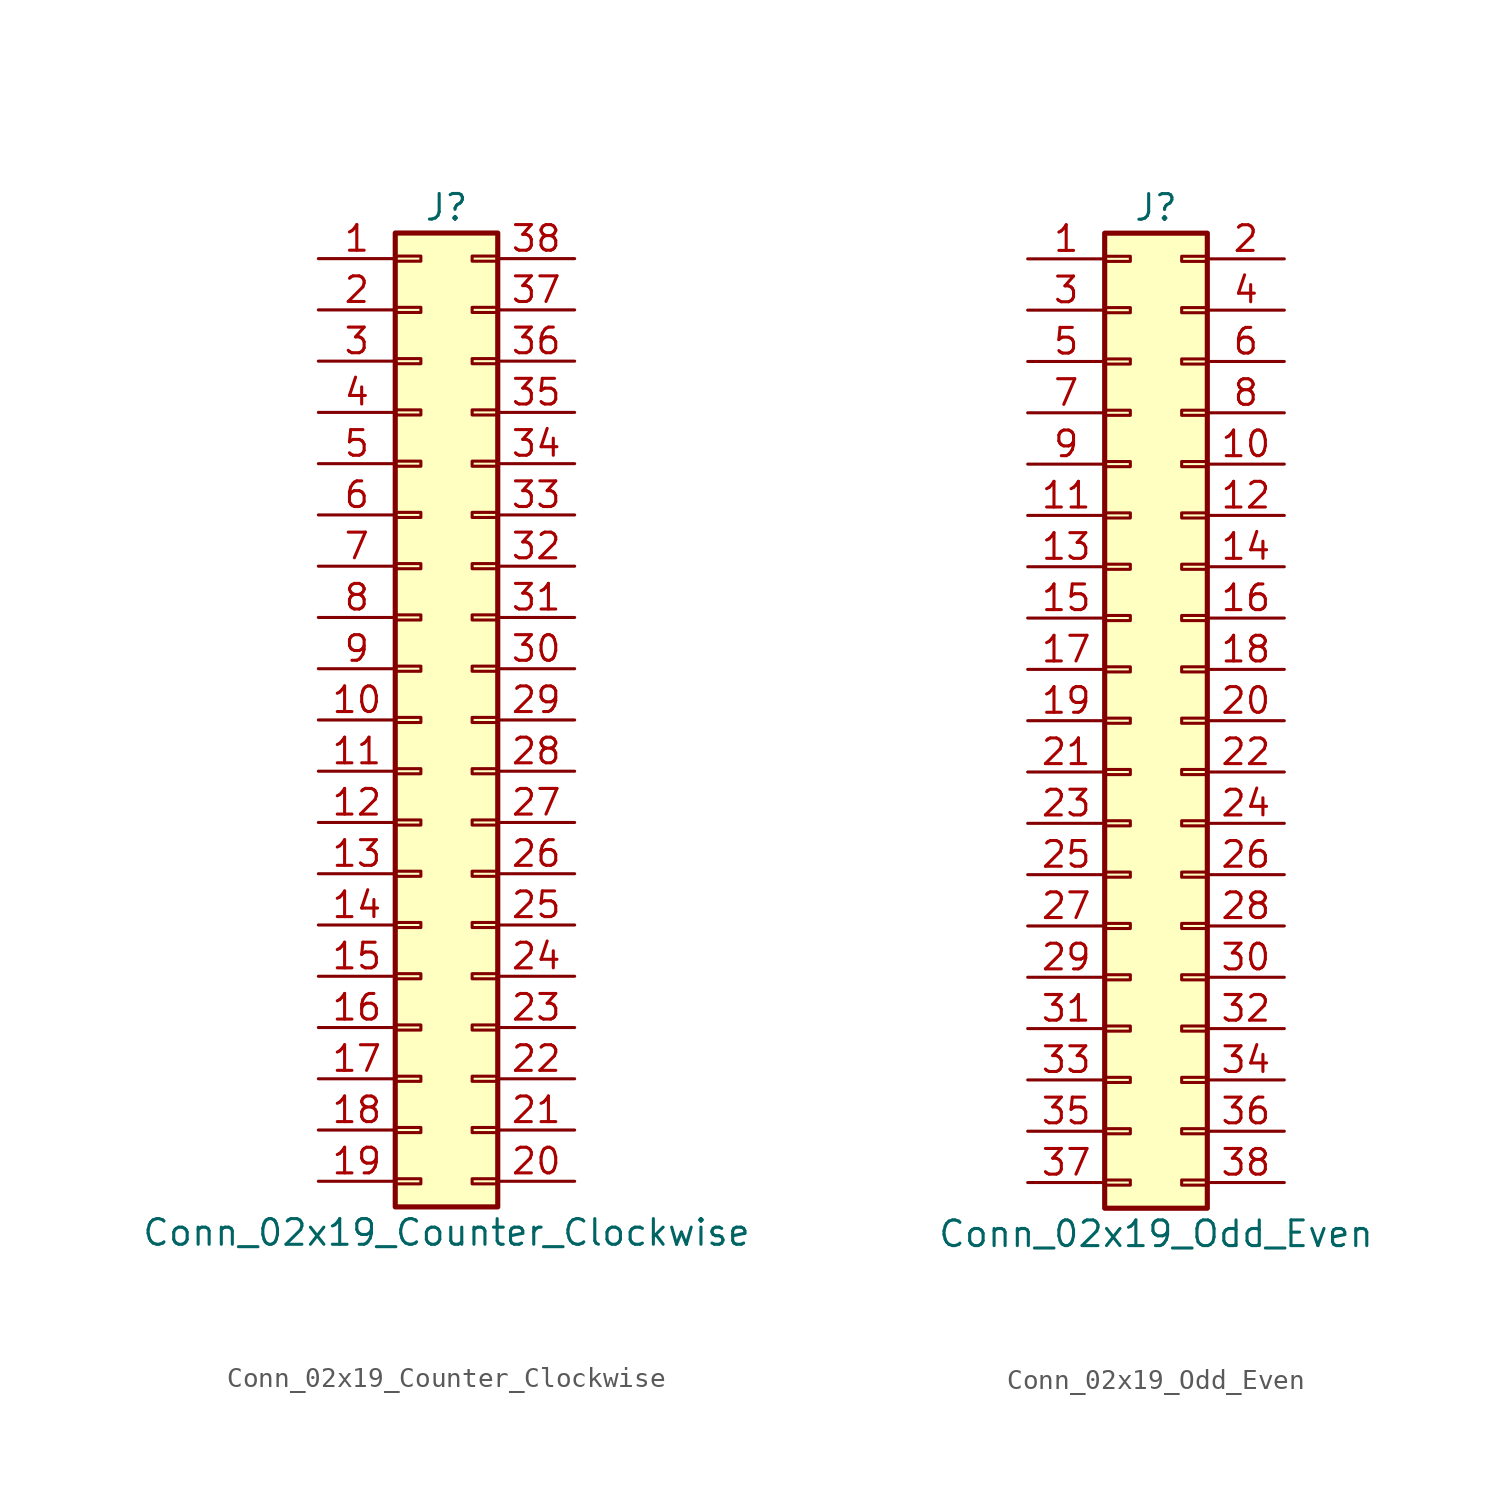
<source format=kicad_sym>
(kicad_symbol_lib
  (version 20201005)
  (generator kicad_symbol_editor)
  (symbol "Connector_Generic:Conn_02x19_Counter_Clockwise"
    (pin_names
      (offset 1.016) hide)
    (property "Reference" "J"
      (at 1.27 25.4 0)
      (effects (font (size 1.27 1.27))))
    (property "Value" "Conn_02x19_Counter_Clockwise"
      (at 1.27 -25.4 0)
      (effects (font (size 1.27 1.27))))
    (symbol "Conn_02x19_Counter_Clockwise_1_1"
      (rectangle (start -1.27 -4.953) (end 0 -5.207) (stroke (width 0.152)) (fill (type none)))
      (rectangle (start -1.27 -7.493) (end 0 -7.747) (stroke (width 0.152)) (fill (type none)))
      (rectangle (start -1.27 -10.033) (end 0 -10.287) (stroke (width 0.152)) (fill (type none)))
      (rectangle (start -1.27 -12.573) (end 0 -12.827) (stroke (width 0.152)) (fill (type none)))
      (rectangle (start -1.27 -15.113) (end 0 -15.367) (stroke (width 0.152)) (fill (type none)))
      (rectangle (start -1.27 -17.653) (end 0 -17.907) (stroke (width 0.152)) (fill (type none)))
      (rectangle (start -1.27 -20.193) (end 0 -20.447) (stroke (width 0.152)) (fill (type none)))
      (rectangle (start -1.27 -22.733) (end 0 -22.987) (stroke (width 0.152)) (fill (type none)))
      (rectangle (start -1.27 -2.413) (end 0 -2.667) (stroke (width 0.152)) (fill (type none)))
      (rectangle (start -1.27 2.667) (end 0 2.413) (stroke (width 0.152)) (fill (type none)))
      (rectangle (start -1.27 5.207) (end 0 4.953) (stroke (width 0.152)) (fill (type none)))
      (rectangle (start -1.27 7.747) (end 0 7.493) (stroke (width 0.152)) (fill (type none)))
      (rectangle (start -1.27 10.287) (end 0 10.033) (stroke (width 0.152)) (fill (type none)))
      (rectangle (start -1.27 0.127) (end 0 -0.127) (stroke (width 0.152)) (fill (type none)))
      (rectangle (start -1.27 12.827) (end 0 12.573) (stroke (width 0.152)) (fill (type none)))
      (rectangle (start -1.27 15.367) (end 0 15.113) (stroke (width 0.152)) (fill (type none)))
      (rectangle (start -1.27 17.907) (end 0 17.653) (stroke (width 0.152)) (fill (type none)))
      (rectangle (start -1.27 20.447) (end 0 20.193) (stroke (width 0.152)) (fill (type none)))
      (rectangle (start -1.27 22.987) (end 0 22.733) (stroke (width 0.152)) (fill (type none)))
      (rectangle (start -1.27 24.13) (end 3.81 -24.13) (stroke (width 0.254)) (fill (type background)))
      (rectangle (start 3.81 -4.953) (end 2.54 -5.207) (stroke (width 0.152)) (fill (type none)))
      (rectangle (start 3.81 -7.493) (end 2.54 -7.747) (stroke (width 0.152)) (fill (type none)))
      (rectangle (start 3.81 -10.033) (end 2.54 -10.287) (stroke (width 0.152)) (fill (type none)))
      (rectangle (start 3.81 -12.573) (end 2.54 -12.827) (stroke (width 0.152)) (fill (type none)))
      (rectangle (start 3.81 -15.113) (end 2.54 -15.367) (stroke (width 0.152)) (fill (type none)))
      (rectangle (start 3.81 -17.653) (end 2.54 -17.907) (stroke (width 0.152)) (fill (type none)))
      (rectangle (start 3.81 -20.193) (end 2.54 -20.447) (stroke (width 0.152)) (fill (type none)))
      (rectangle (start 3.81 -22.733) (end 2.54 -22.987) (stroke (width 0.152)) (fill (type none)))
      (rectangle (start 3.81 -2.413) (end 2.54 -2.667) (stroke (width 0.152)) (fill (type none)))
      (rectangle (start 3.81 2.667) (end 2.54 2.413) (stroke (width 0.152)) (fill (type none)))
      (rectangle (start 3.81 5.207) (end 2.54 4.953) (stroke (width 0.152)) (fill (type none)))
      (rectangle (start 3.81 7.747) (end 2.54 7.493) (stroke (width 0.152)) (fill (type none)))
      (rectangle (start 3.81 10.287) (end 2.54 10.033) (stroke (width 0.152)) (fill (type none)))
      (rectangle (start 3.81 0.127) (end 2.54 -0.127) (stroke (width 0.152)) (fill (type none)))
      (rectangle (start 3.81 12.827) (end 2.54 12.573) (stroke (width 0.152)) (fill (type none)))
      (rectangle (start 3.81 15.367) (end 2.54 15.113) (stroke (width 0.152)) (fill (type none)))
      (rectangle (start 3.81 17.907) (end 2.54 17.653) (stroke (width 0.152)) (fill (type none)))
      (rectangle (start 3.81 20.447) (end 2.54 20.193) (stroke (width 0.152)) (fill (type none)))
      (rectangle (start 3.81 22.987) (end 2.54 22.733) (stroke (width 0.152)) (fill (type none)))
      (pin passive line (at -5.08 22.86 0) (length 3.81) (name "Pin_1" (effects (font (size 1.27 1.27)))) (number "1" (effects (font (size 1.27 1.27)))))
      (pin passive line (at -5.08 0 0) (length 3.81) (name "Pin_10" (effects (font (size 1.27 1.27)))) (number "10" (effects (font (size 1.27 1.27)))))
      (pin passive line (at -5.08 -2.54 0) (length 3.81) (name "Pin_11" (effects (font (size 1.27 1.27)))) (number "11" (effects (font (size 1.27 1.27)))))
      (pin passive line (at -5.08 -5.08 0) (length 3.81) (name "Pin_12" (effects (font (size 1.27 1.27)))) (number "12" (effects (font (size 1.27 1.27)))))
      (pin passive line (at -5.08 -7.62 0) (length 3.81) (name "Pin_13" (effects (font (size 1.27 1.27)))) (number "13" (effects (font (size 1.27 1.27)))))
      (pin passive line (at -5.08 -10.16 0) (length 3.81) (name "Pin_14" (effects (font (size 1.27 1.27)))) (number "14" (effects (font (size 1.27 1.27)))))
      (pin passive line (at -5.08 -12.7 0) (length 3.81) (name "Pin_15" (effects (font (size 1.27 1.27)))) (number "15" (effects (font (size 1.27 1.27)))))
      (pin passive line (at -5.08 -15.24 0) (length 3.81) (name "Pin_16" (effects (font (size 1.27 1.27)))) (number "16" (effects (font (size 1.27 1.27)))))
      (pin passive line (at -5.08 -17.78 0) (length 3.81) (name "Pin_17" (effects (font (size 1.27 1.27)))) (number "17" (effects (font (size 1.27 1.27)))))
      (pin passive line (at -5.08 -20.32 0) (length 3.81) (name "Pin_18" (effects (font (size 1.27 1.27)))) (number "18" (effects (font (size 1.27 1.27)))))
      (pin passive line (at -5.08 -22.86 0) (length 3.81) (name "Pin_19" (effects (font (size 1.27 1.27)))) (number "19" (effects (font (size 1.27 1.27)))))
      (pin passive line (at -5.08 20.32 0) (length 3.81) (name "Pin_2" (effects (font (size 1.27 1.27)))) (number "2" (effects (font (size 1.27 1.27)))))
      (pin passive line (at 7.62 -22.86 180) (length 3.81) (name "Pin_20" (effects (font (size 1.27 1.27)))) (number "20" (effects (font (size 1.27 1.27)))))
      (pin passive line (at 7.62 -20.32 180) (length 3.81) (name "Pin_21" (effects (font (size 1.27 1.27)))) (number "21" (effects (font (size 1.27 1.27)))))
      (pin passive line (at 7.62 -17.78 180) (length 3.81) (name "Pin_22" (effects (font (size 1.27 1.27)))) (number "22" (effects (font (size 1.27 1.27)))))
      (pin passive line (at 7.62 -15.24 180) (length 3.81) (name "Pin_23" (effects (font (size 1.27 1.27)))) (number "23" (effects (font (size 1.27 1.27)))))
      (pin passive line (at 7.62 -12.7 180) (length 3.81) (name "Pin_24" (effects (font (size 1.27 1.27)))) (number "24" (effects (font (size 1.27 1.27)))))
      (pin passive line (at 7.62 -10.16 180) (length 3.81) (name "Pin_25" (effects (font (size 1.27 1.27)))) (number "25" (effects (font (size 1.27 1.27)))))
      (pin passive line (at 7.62 -7.62 180) (length 3.81) (name "Pin_26" (effects (font (size 1.27 1.27)))) (number "26" (effects (font (size 1.27 1.27)))))
      (pin passive line (at 7.62 -5.08 180) (length 3.81) (name "Pin_27" (effects (font (size 1.27 1.27)))) (number "27" (effects (font (size 1.27 1.27)))))
      (pin passive line (at 7.62 -2.54 180) (length 3.81) (name "Pin_28" (effects (font (size 1.27 1.27)))) (number "28" (effects (font (size 1.27 1.27)))))
      (pin passive line (at 7.62 0 180) (length 3.81) (name "Pin_29" (effects (font (size 1.27 1.27)))) (number "29" (effects (font (size 1.27 1.27)))))
      (pin passive line (at -5.08 17.78 0) (length 3.81) (name "Pin_3" (effects (font (size 1.27 1.27)))) (number "3" (effects (font (size 1.27 1.27)))))
      (pin passive line (at 7.62 2.54 180) (length 3.81) (name "Pin_30" (effects (font (size 1.27 1.27)))) (number "30" (effects (font (size 1.27 1.27)))))
      (pin passive line (at 7.62 5.08 180) (length 3.81) (name "Pin_31" (effects (font (size 1.27 1.27)))) (number "31" (effects (font (size 1.27 1.27)))))
      (pin passive line (at 7.62 7.62 180) (length 3.81) (name "Pin_32" (effects (font (size 1.27 1.27)))) (number "32" (effects (font (size 1.27 1.27)))))
      (pin passive line (at 7.62 10.16 180) (length 3.81) (name "Pin_33" (effects (font (size 1.27 1.27)))) (number "33" (effects (font (size 1.27 1.27)))))
      (pin passive line (at 7.62 12.7 180) (length 3.81) (name "Pin_34" (effects (font (size 1.27 1.27)))) (number "34" (effects (font (size 1.27 1.27)))))
      (pin passive line (at 7.62 15.24 180) (length 3.81) (name "Pin_35" (effects (font (size 1.27 1.27)))) (number "35" (effects (font (size 1.27 1.27)))))
      (pin passive line (at 7.62 17.78 180) (length 3.81) (name "Pin_36" (effects (font (size 1.27 1.27)))) (number "36" (effects (font (size 1.27 1.27)))))
      (pin passive line (at 7.62 20.32 180) (length 3.81) (name "Pin_37" (effects (font (size 1.27 1.27)))) (number "37" (effects (font (size 1.27 1.27)))))
      (pin passive line (at 7.62 22.86 180) (length 3.81) (name "Pin_38" (effects (font (size 1.27 1.27)))) (number "38" (effects (font (size 1.27 1.27)))))
      (pin passive line (at -5.08 15.24 0) (length 3.81) (name "Pin_4" (effects (font (size 1.27 1.27)))) (number "4" (effects (font (size 1.27 1.27)))))
      (pin passive line (at -5.08 12.7 0) (length 3.81) (name "Pin_5" (effects (font (size 1.27 1.27)))) (number "5" (effects (font (size 1.27 1.27)))))
      (pin passive line (at -5.08 10.16 0) (length 3.81) (name "Pin_6" (effects (font (size 1.27 1.27)))) (number "6" (effects (font (size 1.27 1.27)))))
      (pin passive line (at -5.08 7.62 0) (length 3.81) (name "Pin_7" (effects (font (size 1.27 1.27)))) (number "7" (effects (font (size 1.27 1.27)))))
      (pin passive line (at -5.08 5.08 0) (length 3.81) (name "Pin_8" (effects (font (size 1.27 1.27)))) (number "8" (effects (font (size 1.27 1.27)))))
      (pin passive line (at -5.08 2.54 0) (length 3.81) (name "Pin_9" (effects (font (size 1.27 1.27)))) (number "9" (effects (font (size 1.27 1.27)))))))
  (symbol "Connector_Generic:Conn_02x19_Odd_Even"
    (pin_names
      (offset 1.016) hide)
    (property "Reference" "J"
      (at 1.27 25.4 0)
      (effects (font (size 1.27 1.27))))
    (property "Value" "Conn_02x19_Odd_Even"
      (at 1.27 -25.4 0)
      (effects (font (size 1.27 1.27))))
    (symbol "Conn_02x19_Odd_Even_1_1"
      (rectangle (start -1.27 -4.953) (end 0 -5.207) (stroke (width 0.152)) (fill (type none)))
      (rectangle (start -1.27 -7.493) (end 0 -7.747) (stroke (width 0.152)) (fill (type none)))
      (rectangle (start -1.27 -10.033) (end 0 -10.287) (stroke (width 0.152)) (fill (type none)))
      (rectangle (start -1.27 -12.573) (end 0 -12.827) (stroke (width 0.152)) (fill (type none)))
      (rectangle (start -1.27 -15.113) (end 0 -15.367) (stroke (width 0.152)) (fill (type none)))
      (rectangle (start -1.27 -17.653) (end 0 -17.907) (stroke (width 0.152)) (fill (type none)))
      (rectangle (start -1.27 -20.193) (end 0 -20.447) (stroke (width 0.152)) (fill (type none)))
      (rectangle (start -1.27 -22.733) (end 0 -22.987) (stroke (width 0.152)) (fill (type none)))
      (rectangle (start -1.27 -2.413) (end 0 -2.667) (stroke (width 0.152)) (fill (type none)))
      (rectangle (start -1.27 2.667) (end 0 2.413) (stroke (width 0.152)) (fill (type none)))
      (rectangle (start -1.27 5.207) (end 0 4.953) (stroke (width 0.152)) (fill (type none)))
      (rectangle (start -1.27 7.747) (end 0 7.493) (stroke (width 0.152)) (fill (type none)))
      (rectangle (start -1.27 10.287) (end 0 10.033) (stroke (width 0.152)) (fill (type none)))
      (rectangle (start -1.27 0.127) (end 0 -0.127) (stroke (width 0.152)) (fill (type none)))
      (rectangle (start -1.27 12.827) (end 0 12.573) (stroke (width 0.152)) (fill (type none)))
      (rectangle (start -1.27 15.367) (end 0 15.113) (stroke (width 0.152)) (fill (type none)))
      (rectangle (start -1.27 17.907) (end 0 17.653) (stroke (width 0.152)) (fill (type none)))
      (rectangle (start -1.27 20.447) (end 0 20.193) (stroke (width 0.152)) (fill (type none)))
      (rectangle (start -1.27 22.987) (end 0 22.733) (stroke (width 0.152)) (fill (type none)))
      (rectangle (start -1.27 24.13) (end 3.81 -24.13) (stroke (width 0.254)) (fill (type background)))
      (rectangle (start 3.81 -4.953) (end 2.54 -5.207) (stroke (width 0.152)) (fill (type none)))
      (rectangle (start 3.81 -7.493) (end 2.54 -7.747) (stroke (width 0.152)) (fill (type none)))
      (rectangle (start 3.81 -10.033) (end 2.54 -10.287) (stroke (width 0.152)) (fill (type none)))
      (rectangle (start 3.81 -12.573) (end 2.54 -12.827) (stroke (width 0.152)) (fill (type none)))
      (rectangle (start 3.81 -15.113) (end 2.54 -15.367) (stroke (width 0.152)) (fill (type none)))
      (rectangle (start 3.81 -17.653) (end 2.54 -17.907) (stroke (width 0.152)) (fill (type none)))
      (rectangle (start 3.81 -20.193) (end 2.54 -20.447) (stroke (width 0.152)) (fill (type none)))
      (rectangle (start 3.81 -22.733) (end 2.54 -22.987) (stroke (width 0.152)) (fill (type none)))
      (rectangle (start 3.81 -2.413) (end 2.54 -2.667) (stroke (width 0.152)) (fill (type none)))
      (rectangle (start 3.81 2.667) (end 2.54 2.413) (stroke (width 0.152)) (fill (type none)))
      (rectangle (start 3.81 5.207) (end 2.54 4.953) (stroke (width 0.152)) (fill (type none)))
      (rectangle (start 3.81 7.747) (end 2.54 7.493) (stroke (width 0.152)) (fill (type none)))
      (rectangle (start 3.81 10.287) (end 2.54 10.033) (stroke (width 0.152)) (fill (type none)))
      (rectangle (start 3.81 0.127) (end 2.54 -0.127) (stroke (width 0.152)) (fill (type none)))
      (rectangle (start 3.81 12.827) (end 2.54 12.573) (stroke (width 0.152)) (fill (type none)))
      (rectangle (start 3.81 15.367) (end 2.54 15.113) (stroke (width 0.152)) (fill (type none)))
      (rectangle (start 3.81 17.907) (end 2.54 17.653) (stroke (width 0.152)) (fill (type none)))
      (rectangle (start 3.81 20.447) (end 2.54 20.193) (stroke (width 0.152)) (fill (type none)))
      (rectangle (start 3.81 22.987) (end 2.54 22.733) (stroke (width 0.152)) (fill (type none)))
      (pin passive line (at -5.08 22.86 0) (length 3.81) (name "Pin_1" (effects (font (size 1.27 1.27)))) (number "1" (effects (font (size 1.27 1.27)))))
      (pin passive line (at 7.62 12.7 180) (length 3.81) (name "Pin_10" (effects (font (size 1.27 1.27)))) (number "10" (effects (font (size 1.27 1.27)))))
      (pin passive line (at -5.08 10.16 0) (length 3.81) (name "Pin_11" (effects (font (size 1.27 1.27)))) (number "11" (effects (font (size 1.27 1.27)))))
      (pin passive line (at 7.62 10.16 180) (length 3.81) (name "Pin_12" (effects (font (size 1.27 1.27)))) (number "12" (effects (font (size 1.27 1.27)))))
      (pin passive line (at -5.08 7.62 0) (length 3.81) (name "Pin_13" (effects (font (size 1.27 1.27)))) (number "13" (effects (font (size 1.27 1.27)))))
      (pin passive line (at 7.62 7.62 180) (length 3.81) (name "Pin_14" (effects (font (size 1.27 1.27)))) (number "14" (effects (font (size 1.27 1.27)))))
      (pin passive line (at -5.08 5.08 0) (length 3.81) (name "Pin_15" (effects (font (size 1.27 1.27)))) (number "15" (effects (font (size 1.27 1.27)))))
      (pin passive line (at 7.62 5.08 180) (length 3.81) (name "Pin_16" (effects (font (size 1.27 1.27)))) (number "16" (effects (font (size 1.27 1.27)))))
      (pin passive line (at -5.08 2.54 0) (length 3.81) (name "Pin_17" (effects (font (size 1.27 1.27)))) (number "17" (effects (font (size 1.27 1.27)))))
      (pin passive line (at 7.62 2.54 180) (length 3.81) (name "Pin_18" (effects (font (size 1.27 1.27)))) (number "18" (effects (font (size 1.27 1.27)))))
      (pin passive line (at -5.08 0 0) (length 3.81) (name "Pin_19" (effects (font (size 1.27 1.27)))) (number "19" (effects (font (size 1.27 1.27)))))
      (pin passive line (at 7.62 22.86 180) (length 3.81) (name "Pin_2" (effects (font (size 1.27 1.27)))) (number "2" (effects (font (size 1.27 1.27)))))
      (pin passive line (at 7.62 0 180) (length 3.81) (name "Pin_20" (effects (font (size 1.27 1.27)))) (number "20" (effects (font (size 1.27 1.27)))))
      (pin passive line (at -5.08 -2.54 0) (length 3.81) (name "Pin_21" (effects (font (size 1.27 1.27)))) (number "21" (effects (font (size 1.27 1.27)))))
      (pin passive line (at 7.62 -2.54 180) (length 3.81) (name "Pin_22" (effects (font (size 1.27 1.27)))) (number "22" (effects (font (size 1.27 1.27)))))
      (pin passive line (at -5.08 -5.08 0) (length 3.81) (name "Pin_23" (effects (font (size 1.27 1.27)))) (number "23" (effects (font (size 1.27 1.27)))))
      (pin passive line (at 7.62 -5.08 180) (length 3.81) (name "Pin_24" (effects (font (size 1.27 1.27)))) (number "24" (effects (font (size 1.27 1.27)))))
      (pin passive line (at -5.08 -7.62 0) (length 3.81) (name "Pin_25" (effects (font (size 1.27 1.27)))) (number "25" (effects (font (size 1.27 1.27)))))
      (pin passive line (at 7.62 -7.62 180) (length 3.81) (name "Pin_26" (effects (font (size 1.27 1.27)))) (number "26" (effects (font (size 1.27 1.27)))))
      (pin passive line (at -5.08 -10.16 0) (length 3.81) (name "Pin_27" (effects (font (size 1.27 1.27)))) (number "27" (effects (font (size 1.27 1.27)))))
      (pin passive line (at 7.62 -10.16 180) (length 3.81) (name "Pin_28" (effects (font (size 1.27 1.27)))) (number "28" (effects (font (size 1.27 1.27)))))
      (pin passive line (at -5.08 -12.7 0) (length 3.81) (name "Pin_29" (effects (font (size 1.27 1.27)))) (number "29" (effects (font (size 1.27 1.27)))))
      (pin passive line (at -5.08 20.32 0) (length 3.81) (name "Pin_3" (effects (font (size 1.27 1.27)))) (number "3" (effects (font (size 1.27 1.27)))))
      (pin passive line (at 7.62 -12.7 180) (length 3.81) (name "Pin_30" (effects (font (size 1.27 1.27)))) (number "30" (effects (font (size 1.27 1.27)))))
      (pin passive line (at -5.08 -15.24 0) (length 3.81) (name "Pin_31" (effects (font (size 1.27 1.27)))) (number "31" (effects (font (size 1.27 1.27)))))
      (pin passive line (at 7.62 -15.24 180) (length 3.81) (name "Pin_32" (effects (font (size 1.27 1.27)))) (number "32" (effects (font (size 1.27 1.27)))))
      (pin passive line (at -5.08 -17.78 0) (length 3.81) (name "Pin_33" (effects (font (size 1.27 1.27)))) (number "33" (effects (font (size 1.27 1.27)))))
      (pin passive line (at 7.62 -17.78 180) (length 3.81) (name "Pin_34" (effects (font (size 1.27 1.27)))) (number "34" (effects (font (size 1.27 1.27)))))
      (pin passive line (at -5.08 -20.32 0) (length 3.81) (name "Pin_35" (effects (font (size 1.27 1.27)))) (number "35" (effects (font (size 1.27 1.27)))))
      (pin passive line (at 7.62 -20.32 180) (length 3.81) (name "Pin_36" (effects (font (size 1.27 1.27)))) (number "36" (effects (font (size 1.27 1.27)))))
      (pin passive line (at -5.08 -22.86 0) (length 3.81) (name "Pin_37" (effects (font (size 1.27 1.27)))) (number "37" (effects (font (size 1.27 1.27)))))
      (pin passive line (at 7.62 -22.86 180) (length 3.81) (name "Pin_38" (effects (font (size 1.27 1.27)))) (number "38" (effects (font (size 1.27 1.27)))))
      (pin passive line (at 7.62 20.32 180) (length 3.81) (name "Pin_4" (effects (font (size 1.27 1.27)))) (number "4" (effects (font (size 1.27 1.27)))))
      (pin passive line (at -5.08 17.78 0) (length 3.81) (name "Pin_5" (effects (font (size 1.27 1.27)))) (number "5" (effects (font (size 1.27 1.27)))))
      (pin passive line (at 7.62 17.78 180) (length 3.81) (name "Pin_6" (effects (font (size 1.27 1.27)))) (number "6" (effects (font (size 1.27 1.27)))))
      (pin passive line (at -5.08 15.24 0) (length 3.81) (name "Pin_7" (effects (font (size 1.27 1.27)))) (number "7" (effects (font (size 1.27 1.27)))))
      (pin passive line (at 7.62 15.24 180) (length 3.81) (name "Pin_8" (effects (font (size 1.27 1.27)))) (number "8" (effects (font (size 1.27 1.27)))))
      (pin passive line (at -5.08 12.7 0) (length 3.81) (name "Pin_9" (effects (font (size 1.27 1.27)))) (number "9" (effects (font (size 1.27 1.27))))))))
</source>
